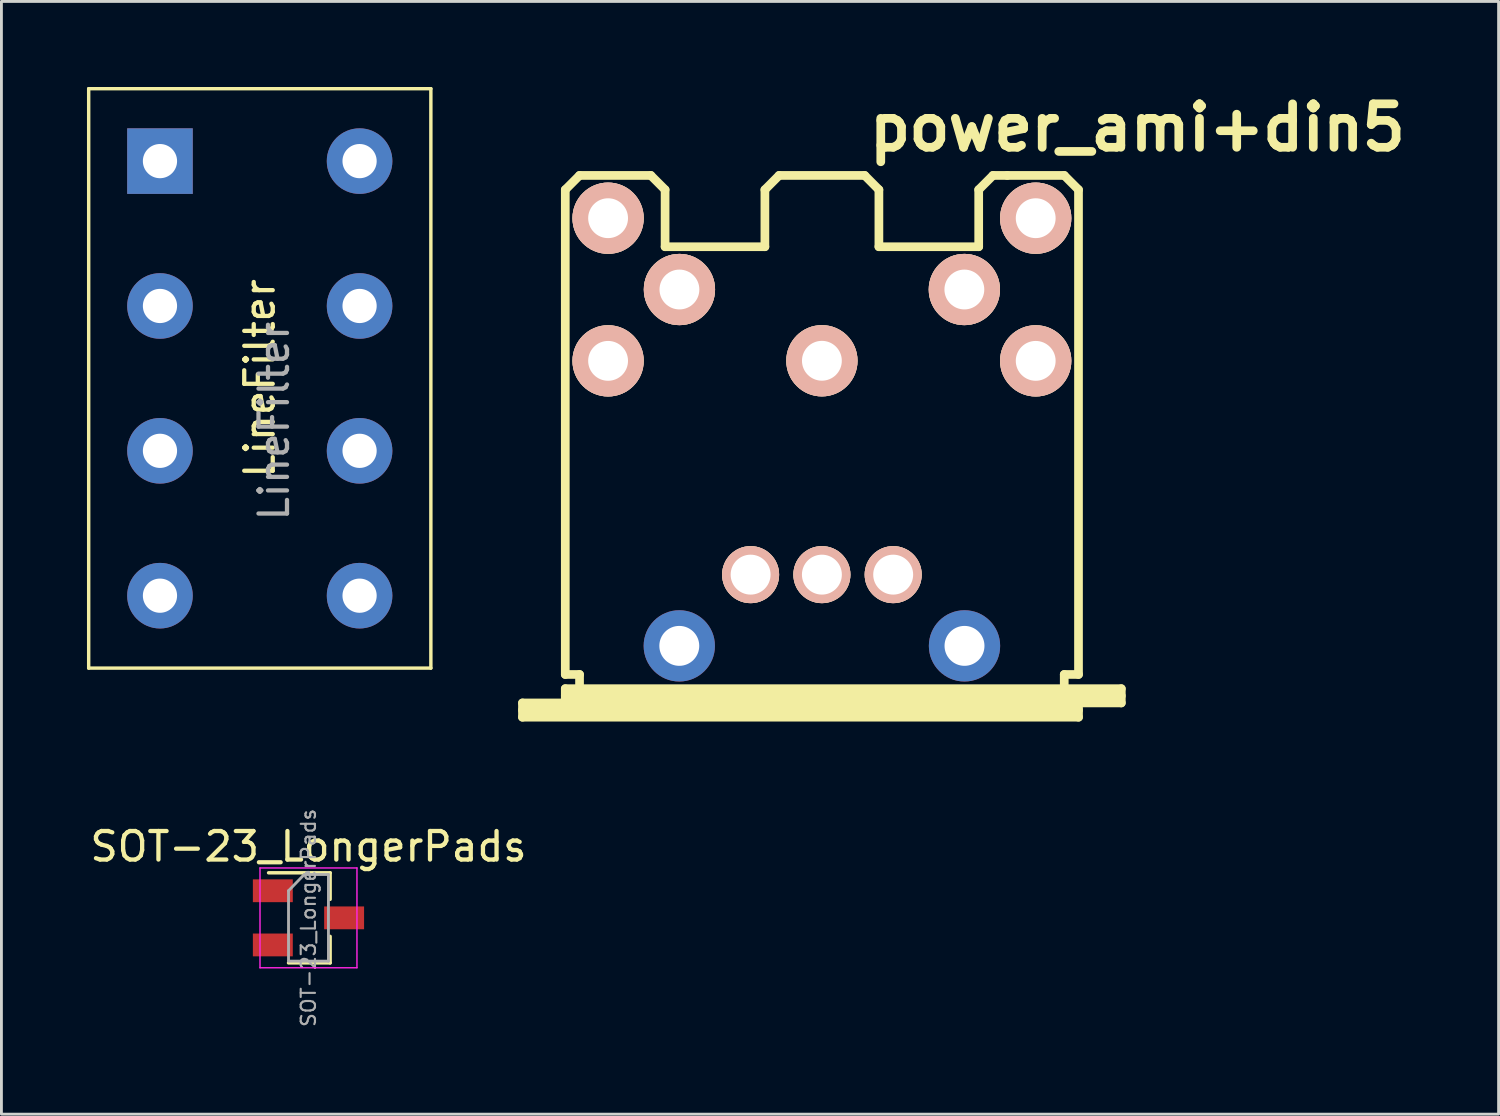
<source format=kicad_pcb>
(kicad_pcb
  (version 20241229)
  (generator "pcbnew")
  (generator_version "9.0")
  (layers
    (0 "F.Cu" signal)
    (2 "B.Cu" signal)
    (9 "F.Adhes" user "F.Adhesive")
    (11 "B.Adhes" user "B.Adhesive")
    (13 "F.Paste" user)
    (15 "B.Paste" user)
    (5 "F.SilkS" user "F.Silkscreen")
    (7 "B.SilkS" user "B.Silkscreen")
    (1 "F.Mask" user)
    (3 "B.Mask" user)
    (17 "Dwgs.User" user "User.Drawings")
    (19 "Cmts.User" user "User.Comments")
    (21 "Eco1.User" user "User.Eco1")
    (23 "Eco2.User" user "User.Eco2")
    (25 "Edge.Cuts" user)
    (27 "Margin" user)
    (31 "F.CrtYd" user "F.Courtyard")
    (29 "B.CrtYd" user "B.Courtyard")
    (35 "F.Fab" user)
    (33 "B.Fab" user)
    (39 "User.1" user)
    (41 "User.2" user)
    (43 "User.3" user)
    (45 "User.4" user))
  (footprint "power_ami+din5"
    (layer "F.Cu")
    (at 25.773 12.602)
    (property "Reference" "power_ami+din5" (at 11.064 -11.176 180) (layer "F.SilkS") (effects (font (size 1.524 1.524) (thickness 0.305))))
    (attr through_hole)
    (fp_line (start -10.5 8.999) (end -8.999 8.999) (stroke (width 0.305) (type solid)) (layer "F.SilkS"))
    (fp_line (start -10.5 9.251) (end 8.999 9.251) (stroke (width 0.305) (type solid)) (layer "F.SilkS"))
    (fp_line (start -10.5 9.5) (end -10.5 8.999) (stroke (width 0.305) (type solid)) (layer "F.SilkS"))
    (fp_line (start -8.999 -8.999) (end -8.999 8.001) (stroke (width 0.305) (type solid)) (layer "F.SilkS"))
    (fp_line (start -8.999 -8.999) (end -8.499 -9.5) (stroke (width 0.305) (type solid)) (layer "F.SilkS"))
    (fp_line (start -8.999 8.001) (end -8.499 8.001) (stroke (width 0.305) (type solid)) (layer "F.SilkS"))
    (fp_line (start -8.999 8.499) (end 10.5 8.499) (stroke (width 0.305) (type solid)) (layer "F.SilkS"))
    (fp_line (start -8.999 8.75) (end 10.5 8.75) (stroke (width 0.305) (type solid)) (layer "F.SilkS"))
    (fp_line (start -8.999 8.999) (end -8.999 8.499) (stroke (width 0.305) (type solid)) (layer "F.SilkS"))
    (fp_line (start -8.499 -9.5) (end -5.999 -9.5) (stroke (width 0.305) (type solid)) (layer "F.SilkS"))
    (fp_line (start -8.499 8.001) (end -8.499 8.499) (stroke (width 0.305) (type solid)) (layer "F.SilkS"))
    (fp_line (start -5.999 -9.5) (end -5.499 -8.999) (stroke (width 0.305) (type solid)) (layer "F.SilkS"))
    (fp_line (start -5.499 -8.999) (end -5.499 -7) (stroke (width 0.305) (type solid)) (layer "F.SilkS"))
    (fp_line (start -5.499 -7) (end -1.999 -7) (stroke (width 0.305) (type solid)) (layer "F.SilkS"))
    (fp_line (start -1.999 -8.999) (end -1.999 -7) (stroke (width 0.305) (type solid)) (layer "F.SilkS"))
    (fp_line (start -1.501 -9.5) (end -1.999 -8.999) (stroke (width 0.305) (type solid)) (layer "F.SilkS"))
    (fp_line (start -1.501 -9.5) (end 1.501 -9.5) (stroke (width 0.305) (type solid)) (layer "F.SilkS"))
    (fp_line (start 1.501 -9.5) (end 1.999 -8.999) (stroke (width 0.305) (type solid)) (layer "F.SilkS"))
    (fp_line (start 1.999 -8.999) (end 1.999 -7) (stroke (width 0.305) (type solid)) (layer "F.SilkS"))
    (fp_line (start 5.499 -8.999) (end 5.499 -7) (stroke (width 0.305) (type solid)) (layer "F.SilkS"))
    (fp_line (start 5.499 -7) (end 1.999 -7) (stroke (width 0.305) (type solid)) (layer "F.SilkS"))
    (fp_line (start 5.999 -9.5) (end 5.499 -8.999) (stroke (width 0.305) (type solid)) (layer "F.SilkS"))
    (fp_line (start 6.5 -9.5) (end 5.999 -9.5) (stroke (width 0.305) (type solid)) (layer "F.SilkS"))
    (fp_line (start 8.499 -9.5) (end 6.5 -9.5) (stroke (width 0.305) (type solid)) (layer "F.SilkS"))
    (fp_line (start 8.499 8.499) (end 8.499 8.001) (stroke (width 0.305) (type solid)) (layer "F.SilkS"))
    (fp_line (start 8.999 -8.999) (end 8.499 -9.5) (stroke (width 0.305) (type solid)) (layer "F.SilkS"))
    (fp_line (start 8.999 -8.999) (end 8.999 8.001) (stroke (width 0.305) (type solid)) (layer "F.SilkS"))
    (fp_line (start 8.999 8.001) (end 8.499 8.001) (stroke (width 0.305) (type solid)) (layer "F.SilkS"))
    (fp_line (start 8.999 8.999) (end -8.999 8.999) (stroke (width 0.305) (type solid)) (layer "F.SilkS"))
    (fp_line (start 8.999 8.999) (end 8.999 9.5) (stroke (width 0.305) (type solid)) (layer "F.SilkS"))
    (fp_line (start 8.999 9.5) (end -10.5 9.5) (stroke (width 0.305) (type solid)) (layer "F.SilkS"))
    (fp_line (start 10.5 8.499) (end 10.5 8.999) (stroke (width 0.305) (type solid)) (layer "F.SilkS"))
    (fp_line (start 10.5 8.999) (end 8.999 8.999) (stroke (width 0.305) (type solid)) (layer "F.SilkS"))
    (pad "1" thru_hole circle (at -4.996 -5.499) (size 2.499 2.499) (drill 1.397) (layers "*.Cu" "*.SilkS" "*.Mask"))
    (pad "2" thru_hole circle (at 7.498 -2.997) (size 2.499 2.499) (drill 1.397) (layers "*.Cu" "*.SilkS" "*.Mask"))
    (pad "3" thru_hole circle (at 4.996 -5.499) (size 2.499 2.499) (drill 1.397) (layers "*.Cu" "*.SilkS" "*.Mask"))
    (pad "3" thru_hole circle (at 7.498 -8) (size 2.499 2.499) (drill 1.397) (layers "*.Cu" "*.SilkS" "*.Mask"))
    (pad "4" thru_hole circle (at -7.498 -8) (size 2.499 2.499) (drill 1.397) (layers "*.Cu" "*.SilkS" "*.Mask"))
    (pad "4" thru_hole circle (at -7.498 -2.997) (size 2.499 2.499) (drill 1.397) (layers "*.Cu" "*.SilkS" "*.Mask"))
    (pad "5" thru_hole circle (at 0 -3) (size 2.499 2.499) (drill 1.397) (layers "*.Cu" "*.SilkS" "*.Mask"))
    (pad "6" thru_hole circle (at -5.001 6.998) (size 2.5 2.5) (drill 1.4) (layers "*.Cu" "*.Mask"))
    (pad "6" thru_hole circle (at -2.5 4.5) (size 2 2) (drill 1.4) (layers "*.Cu" "*.SilkS" "*.Mask"))
    (pad "6" thru_hole circle (at 0 4.5) (size 2 2) (drill 1.4) (layers "*.Cu" "*.SilkS" "*.Mask"))
    (pad "6" thru_hole circle (at 2.5 4.5) (size 2 2) (drill 1.4) (layers "*.Cu" "*.SilkS" "*.Mask"))
    (pad "6" thru_hole circle (at 5.001 6.998) (size 2.5 2.5) (drill 1.4) (layers "*.Cu" "*.Mask")))
  (footprint "SOT-23_LongerPads"
    (layer "F.Cu")
    (at 7.768 29.138)
    (property "Reference" "SOT-23_LongerPads" (at 0 -2.5 0) (layer "F.SilkS") (effects (font (size 1 1) (thickness 0.15))))
    (attr smd)
    (fp_line (start 0.76 -1.58) (end -1.4 -1.58) (stroke (width 0.12) (type solid)) (layer "F.SilkS"))
    (fp_line (start 0.76 -1.58) (end 0.76 -0.65) (stroke (width 0.12) (type solid)) (layer "F.SilkS"))
    (fp_line (start 0.76 1.58) (end -0.7 1.58) (stroke (width 0.12) (type solid)) (layer "F.SilkS"))
    (fp_line (start 0.76 1.58) (end 0.76 0.65) (stroke (width 0.12) (type solid)) (layer "F.SilkS"))
    (fp_line (start -1.7 -1.75) (end 1.7 -1.75) (stroke (width 0.05) (type solid)) (layer "F.CrtYd"))
    (fp_line (start -1.7 1.75) (end -1.7 -1.75) (stroke (width 0.05) (type solid)) (layer "F.CrtYd"))
    (fp_line (start 1.7 -1.75) (end 1.7 1.75) (stroke (width 0.05) (type solid)) (layer "F.CrtYd"))
    (fp_line (start 1.7 1.75) (end -1.7 1.75) (stroke (width 0.05) (type solid)) (layer "F.CrtYd"))
    (fp_line (start -0.7 -0.95) (end -0.7 1.5) (stroke (width 0.1) (type solid)) (layer "F.Fab"))
    (fp_line (start -0.7 -0.95) (end -0.15 -1.52) (stroke (width 0.1) (type solid)) (layer "F.Fab"))
    (fp_line (start -0.7 1.52) (end 0.7 1.52) (stroke (width 0.1) (type solid)) (layer "F.Fab"))
    (fp_line (start -0.15 -1.52) (end 0.7 -1.52) (stroke (width 0.1) (type solid)) (layer "F.Fab"))
    (fp_line (start 0.7 -1.52) (end 0.7 1.52) (stroke (width 0.1) (type solid)) (layer "F.Fab"))
    (fp_text user "${REFERENCE}" (at 0 0 90) (layer "F.Fab") (effects (font (size 0.5 0.5) (thickness 0.075))))
    (pad "1" smd rect (at -1.25 -0.95) (size 1.4 0.8) (layers "F.Cu" "F.Mask" "F.Paste"))
    (pad "2" smd rect (at -1.25 0.95) (size 1.4 0.8) (layers "F.Cu" "F.Mask" "F.Paste"))
    (pad "3" smd rect (at 1.25 0) (size 1.4 0.8) (layers "F.Cu" "F.Mask" "F.Paste")))
  (footprint "LineFilter"
    (layer "F.Cu")
    (at 6.06 10.22)
    (property "Reference" "LineFilter" (at 0 0 270) (layer "F.SilkS") (effects (font (size 1 1) (thickness 0.15))))
    (attr through_hole)
    (fp_line (start -6 -10.16) (end -6 10.16) (stroke (width 0.12) (type solid)) (layer "F.SilkS"))
    (fp_line (start -6 -10.16) (end 6 -10.16) (stroke (width 0.12) (type solid)) (layer "F.SilkS"))
    (fp_line (start -6 10.16) (end 6 10.16) (stroke (width 0.12) (type solid)) (layer "F.SilkS"))
    (fp_line (start 6 -10.16) (end 6 10.16) (stroke (width 0.12) (type solid)) (layer "F.SilkS"))
    (fp_text user "${REFERENCE}" (at 0.5 1.5 270) (layer "F.Fab") (effects (font (size 1 1) (thickness 0.15))))
    (pad "1" thru_hole rect (at -3.5 -7.62) (size 2.3 2.3) (drill 1.2) (layers "*.Cu" "*.Mask"))
    (pad "2" thru_hole circle (at -3.5 -2.54) (size 2.3 2.3) (drill 1.2) (layers "*.Cu" "*.Mask"))
    (pad "3" thru_hole circle (at -3.5 2.54) (size 2.3 2.3) (drill 1.2) (layers "*.Cu" "*.Mask"))
    (pad "4" thru_hole circle (at -3.5 7.62) (size 2.3 2.3) (drill 1.2) (layers "*.Cu" "*.Mask"))
    (pad "5" thru_hole circle (at 3.5 7.62) (size 2.3 2.3) (drill 1.2) (layers "*.Cu" "*.Mask"))
    (pad "6" thru_hole circle (at 3.5 2.54) (size 2.3 2.3) (drill 1.2) (layers "*.Cu" "*.Mask"))
    (pad "7" thru_hole circle (at 3.5 -2.54) (size 2.3 2.3) (drill 1.2) (layers "*.Cu" "*.Mask"))
    (pad "8" thru_hole circle (at 3.5 -7.62) (size 2.3 2.3) (drill 1.2) (layers "*.Cu" "*.Mask")))
  (gr_rect
    (start -3 -3)
    (end 49.504 36.022)
    (stroke (width 0.1) (type default))
    (fill no)
    (layer "Edge.Cuts")))
</source>
